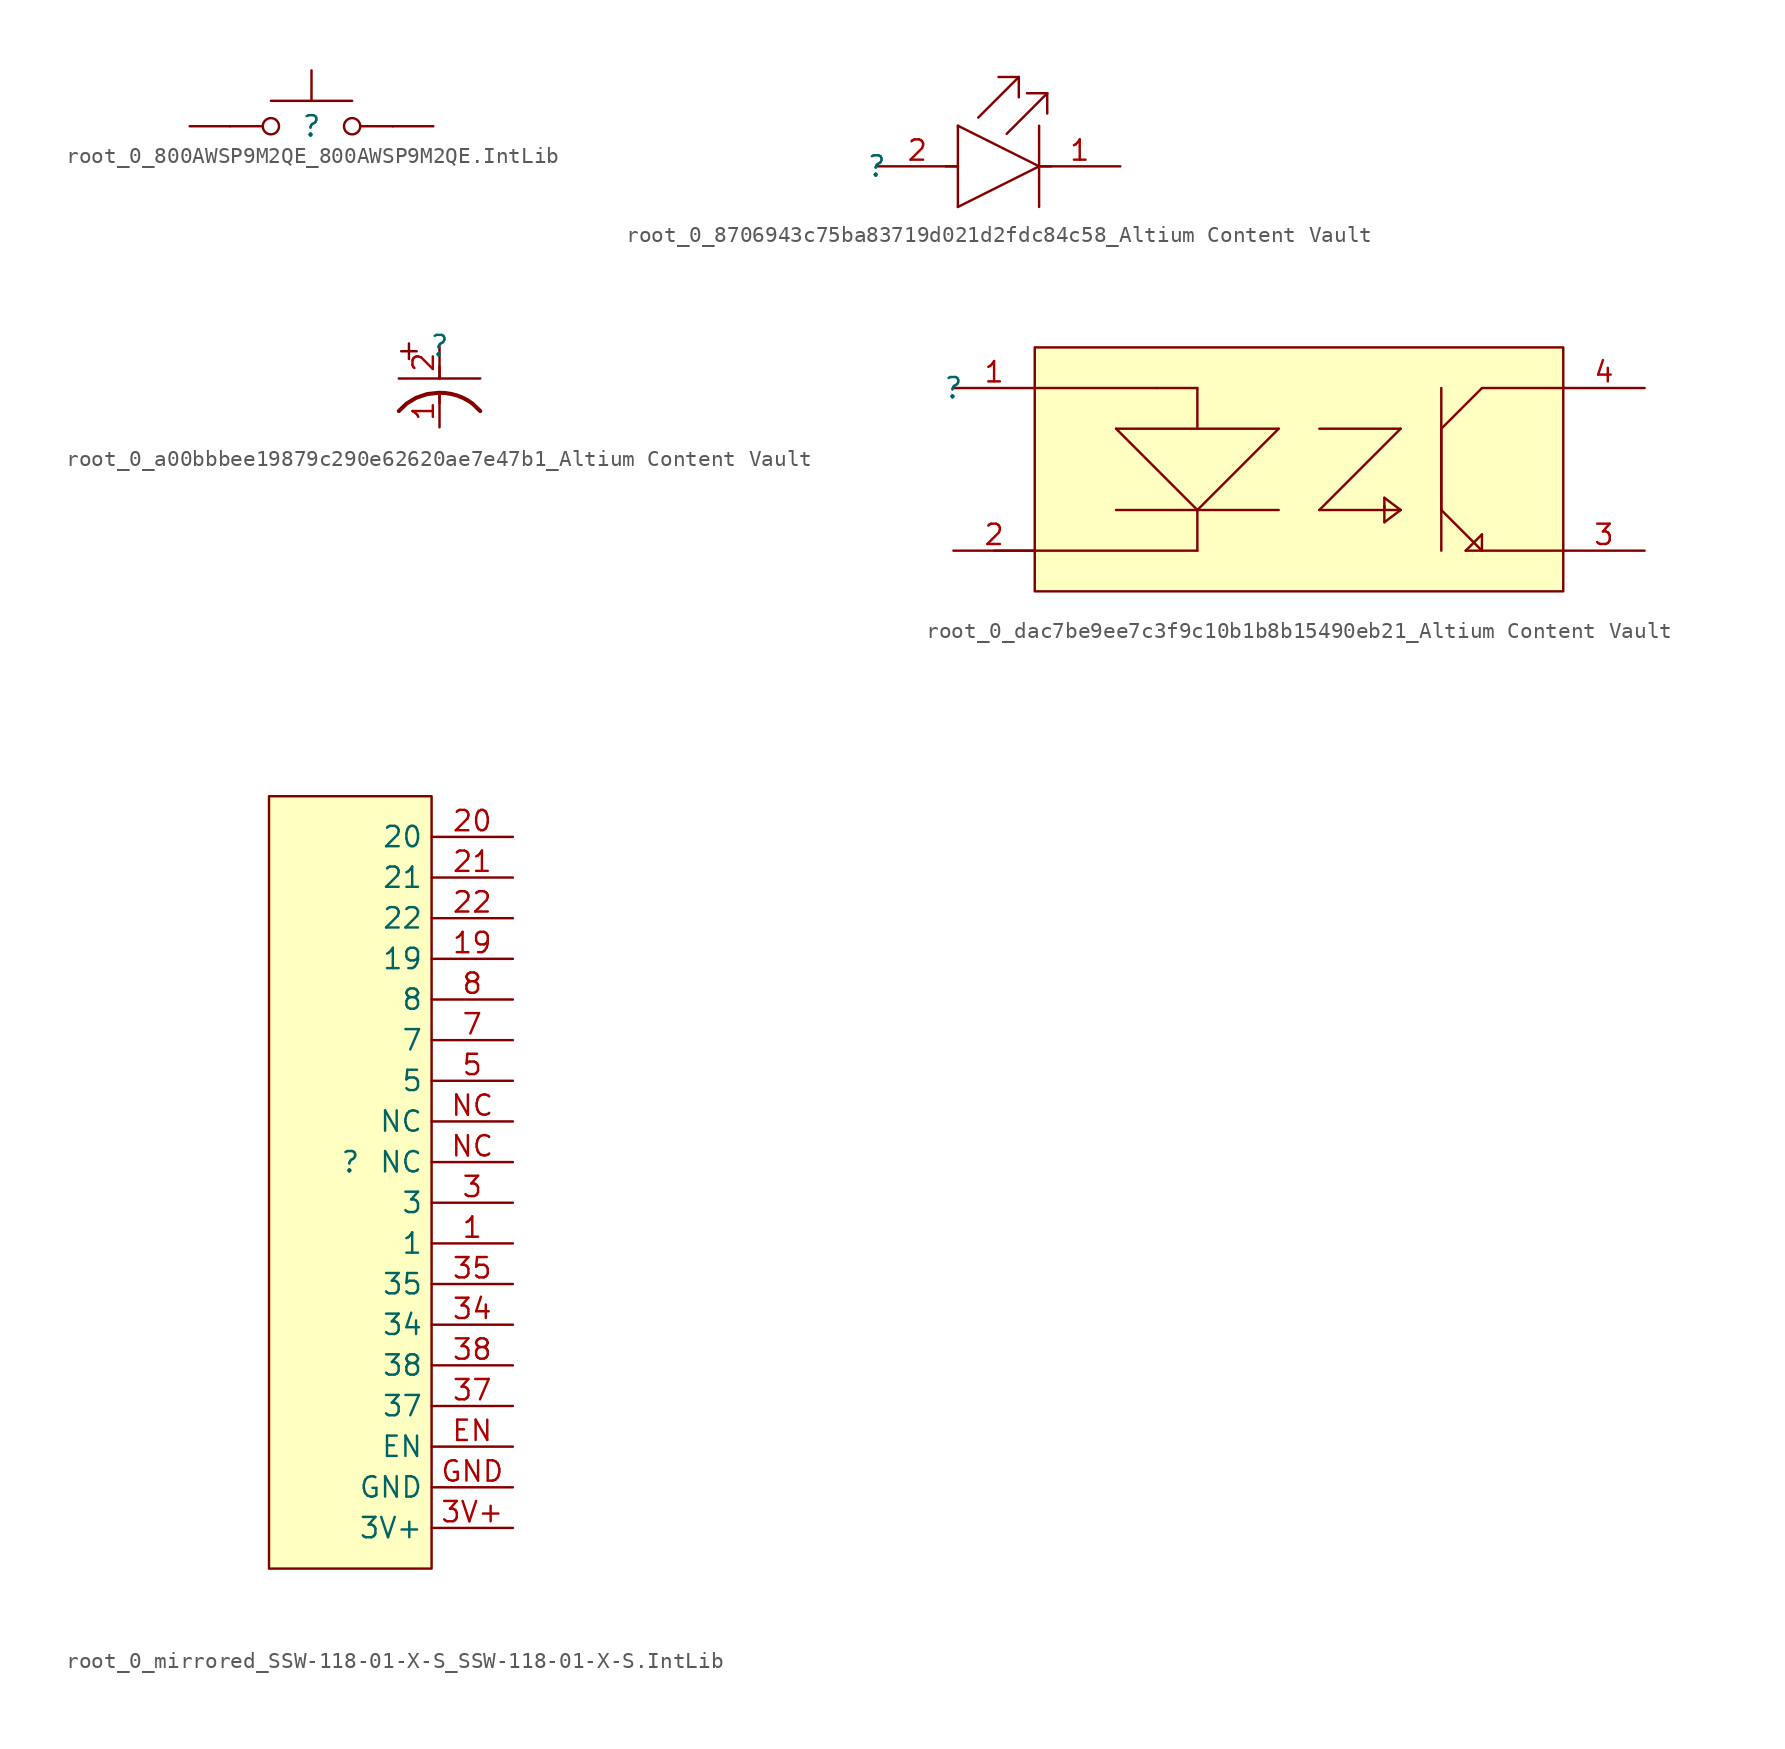
<source format=kicad_sym>
(kicad_symbol_lib
  (version 20241209)
  (generator "kicad_symbol_editor")
  (generator_version "9.0")
  (symbol "root_0_800AWSP9M2QE_800AWSP9M2QE.IntLib"
    (pin_numbers
      (hide yes))
    (pin_names
      (hide yes))
    (property "Reference" ""
      (at 0 0 0)
      (effects (font (size 1.27 1.27))))
    (property "Value" ""
      (at 0 0 0)
      (effects (font (size 1.27 1.27))))
    (symbol "root_0_800AWSP9M2QE_800AWSP9M2QE.IntLib_1_0"
      (polyline (pts (xy -5.08 0) (xy -3.048 0)) (stroke (width 0) (type solid)) (fill (type none)))
      (polyline (pts (xy -2.54 1.588) (xy 2.54 1.588)) (stroke (width 0) (type solid)) (fill (type none)))
      (circle (center -2.54 0) (radius 0.508) (stroke (width 0) (type solid)) (fill (type none)))
      (polyline (pts (xy 0 1.588) (xy 0 3.493)) (stroke (width 0) (type solid)) (fill (type none)))
      (circle (center 2.54 0) (radius 0.508) (stroke (width 0) (type solid)) (fill (type none)))
      (polyline (pts (xy 5.08 0) (xy 3.048 0)) (stroke (width 0) (type solid)) (fill (type none)))
      (pin passive line (at -7.62 0 0) (length 2.54) (name "1" (effects (font (size 1.27 1.27)))) (number "1" (effects (font (size 1.27 1.27)))))
      (pin passive line (at 7.62 0 180) (length 2.54) (name "3" (effects (font (size 1.27 1.27)))) (number "3" (effects (font (size 1.27 1.27)))))))
  (symbol "root_0_8706943c75ba83719d021d2fdc84c58_Altium Content Vault"
    (pin_names
      (hide yes))
    (property "Reference" ""
      (at 0 0 0)
      (effects (font (size 1.27 1.27))))
    (property "Value" ""
      (at 0 0 0)
      (effects (font (size 1.27 1.27))))
    (symbol "root_0_8706943c75ba83719d021d2fdc84c58_Altium Content Vault_1_0"
      (polyline (pts (xy 5.08 2.54) (xy 5.08 -2.54)) (stroke (width 0) (type solid)) (fill (type none)))
      (polyline (pts (xy 5.08 2.54) (xy 10.16 0)) (stroke (width 0) (type solid)) (fill (type none)))
      (polyline (pts (xy 5.08 0) (xy 4.318 0)) (stroke (width 0) (type solid)) (fill (type none)))
      (polyline (pts (xy 5.08 -2.54) (xy 10.16 0)) (stroke (width 0) (type solid)) (fill (type none)))
      (polyline (pts (xy 6.35 3.048) (xy 8.89 5.588)) (stroke (width 0) (type solid)) (fill (type none)))
      (polyline (pts (xy 8.128 2.032) (xy 10.668 4.572)) (stroke (width 0) (type solid)) (fill (type none)))
      (polyline (pts (xy 8.89 5.588) (xy 7.62 5.588)) (stroke (width 0) (type solid)) (fill (type none)))
      (polyline (pts (xy 8.89 5.588) (xy 8.89 4.318)) (stroke (width 0) (type solid)) (fill (type none)))
      (polyline (pts (xy 10.16 2.54) (xy 10.16 -2.54)) (stroke (width 0) (type solid)) (fill (type none)))
      (polyline (pts (xy 10.16 0) (xy 10.922 0)) (stroke (width 0) (type solid)) (fill (type none)))
      (polyline (pts (xy 10.668 4.572) (xy 9.398 4.572)) (stroke (width 0) (type solid)) (fill (type none)))
      (polyline (pts (xy 10.668 4.572) (xy 10.668 3.302)) (stroke (width 0) (type solid)) (fill (type none)))
      (pin passive line (at 0 0 0) (length 5.08) (name "A" (effects (font (size 1.27 1.27)))) (number "2" (effects (font (size 1.27 1.27)))))
      (pin passive line (at 15.24 0 180) (length 5.08) (name "C" (effects (font (size 1.27 1.27)))) (number "1" (effects (font (size 1.27 1.27)))))))
  (symbol "root_0_a00bbbee19879c290e62620ae7e47b1_Altium Content Vault"
    (pin_names
      (hide yes))
    (property "Reference" ""
      (at 0 0 0)
      (effects (font (size 1.27 1.27))))
    (property "Value" ""
      (at 0 0 0)
      (effects (font (size 1.27 1.27))))
    (symbol "root_0_a00bbbee19879c290e62620ae7e47b1_Altium Content Vault_1_0"
      (polyline (pts (xy -2.54 -2.032) (xy 2.54 -2.032)) (stroke (width 0) (type solid)) (fill (type none)))
      (bezier (pts (xy -2.54 -4.064) (xy -1.27 -2.54) (xy 1.27 -2.54) (xy 2.54 -4.064)) (stroke (width 0.254) (type solid)) (fill (type none)))
      (polyline (pts (xy 0 -2.032) (xy 0 -1.27)) (stroke (width 0) (type solid)) (fill (type none)))
      (polyline (pts (xy 0 -3.048) (xy 0 -3.556)) (stroke (width 0) (type solid)) (fill (type none)))
      (text "+" (at -2.794 0.508 0) (effects (font (size 1.27 1.27)) (justify left top)))
      (pin passive line (at 0 0 270) (length 2.032) (name "A" (effects (font (size 1.27 1.27)))) (number "2" (effects (font (size 1.27 1.27)))))
      (pin passive line (at 0 -5.08 90) (length 2.032) (name "C" (effects (font (size 1.27 1.27)))) (number "1" (effects (font (size 1.27 1.27)))))))
  (symbol "root_0_dac7be9ee7c3f9c10b1b8b15490eb21_Altium Content Vault"
    (pin_names
      (hide yes))
    (property "Reference" ""
      (at 0 0 0)
      (effects (font (size 1.27 1.27))))
    (property "Value" ""
      (at 0 0 0)
      (effects (font (size 1.27 1.27))))
    (symbol "root_0_dac7be9ee7c3f9c10b1b8b15490eb21_Altium Content Vault_1_0"
      (polyline (pts (xy 5.08 0) (xy 12.7 0)) (stroke (width 0) (type solid)) (fill (type none)))
      (polyline (pts (xy 10.16 -2.54) (xy 15.24 -7.62)) (stroke (width 0) (type solid)) (fill (type none)))
      (polyline (pts (xy 10.16 -7.62) (xy 20.32 -7.62)) (stroke (width 0) (type solid)) (fill (type none)))
      (polyline (pts (xy 12.7 0) (xy 15.24 0)) (stroke (width 0) (type solid)) (fill (type none)))
      (polyline (pts (xy 15.24 0) (xy 15.24 -2.54)) (stroke (width 0) (type solid)) (fill (type none)))
      (polyline (pts (xy 15.24 -2.54) (xy 10.16 -2.54)) (stroke (width 0) (type solid)) (fill (type none)))
      (polyline (pts (xy 15.24 -7.62) (xy 15.24 -10.16)) (stroke (width 0) (type solid)) (fill (type none)))
      (polyline (pts (xy 15.24 -7.62) (xy 20.32 -2.54)) (stroke (width 0) (type solid)) (fill (type none)))
      (polyline (pts (xy 15.24 -10.16) (xy 2.54 -10.16)) (stroke (width 0) (type solid)) (fill (type none)))
      (polyline (pts (xy 20.32 -2.54) (xy 15.24 -2.54)) (stroke (width 0) (type solid)) (fill (type none)))
      (polyline (pts (xy 22.86 -2.54) (xy 27.94 -2.54)) (stroke (width 0) (type solid)) (fill (type none)))
      (polyline (pts (xy 22.86 -7.62) (xy 27.94 -7.62)) (stroke (width 0) (type solid)) (fill (type none)))
      (polyline (pts (xy 26.924 -6.858) (xy 27.94 -7.62)) (stroke (width 0) (type solid)) (fill (type none)))
      (polyline (pts (xy 26.924 -7.62) (xy 26.924 -6.858)) (stroke (width 0) (type solid)) (fill (type none)))
      (polyline (pts (xy 26.924 -8.382) (xy 26.924 -7.366)) (stroke (width 0) (type solid)) (fill (type none)))
      (polyline (pts (xy 27.94 -2.54) (xy 22.86 -7.62)) (stroke (width 0) (type solid)) (fill (type none)))
      (polyline (pts (xy 27.94 -7.62) (xy 26.924 -8.382)) (stroke (width 0) (type solid)) (fill (type none)))
      (polyline (pts (xy 30.48 0) (xy 30.48 -10.16)) (stroke (width 0) (type solid)) (fill (type none)))
      (polyline (pts (xy 30.48 -2.54) (xy 30.48 -7.62)) (stroke (width 0) (type solid)) (fill (type none)))
      (polyline (pts (xy 30.48 -7.62) (xy 33.02 -10.16)) (stroke (width 0) (type solid)) (fill (type none)))
      (polyline (pts (xy 32.004 -10.16) (xy 33.02 -10.16)) (stroke (width 0) (type solid)) (fill (type none)))
      (polyline (pts (xy 33.02 0) (xy 30.48 -2.54)) (stroke (width 0) (type solid)) (fill (type none)))
      (polyline (pts (xy 33.02 -9.144) (xy 32.004 -10.16)) (stroke (width 0) (type solid)) (fill (type none)))
      (polyline (pts (xy 33.02 -10.16) (xy 33.02 -9.144)) (stroke (width 0) (type solid)) (fill (type none)))
      (polyline (pts (xy 33.02 -10.16) (xy 38.1 -10.16)) (stroke (width 0) (type solid)) (fill (type none)))
      (rectangle (start 38.1 2.54) (end 5.08 -12.7) (stroke (width 0) (type solid) (color 128 0 0 1)) (fill (type background)))
      (polyline (pts (xy 38.1 0) (xy 33.02 0)) (stroke (width 0) (type solid)) (fill (type none)))
      (pin passive line (at 0 0 0) (length 5.08) (name "A" (effects (font (size 1.27 1.27)))) (number "1" (effects (font (size 1.27 1.27)))))
      (pin passive line (at 0 -10.16 0) (length 5.08) (name "C" (effects (font (size 1.27 1.27)))) (number "2" (effects (font (size 1.27 1.27)))))
      (pin passive line (at 43.18 0 180) (length 5.08) (name "C" (effects (font (size 1.27 1.27)))) (number "4" (effects (font (size 1.27 1.27)))))
      (pin passive line (at 43.18 -10.16 180) (length 5.08) (name "E" (effects (font (size 1.27 1.27)))) (number "3" (effects (font (size 1.27 1.27)))))))
  (symbol "root_0_mirrored_SSW-118-01-X-S_SSW-118-01-X-S.IntLib"
    (property "Reference" ""
      (at 0 0 0)
      (effects (font (size 1.27 1.27))))
    (property "Value" ""
      (at 0 0 0)
      (effects (font (size 1.27 1.27))))
    (symbol "root_0_mirrored_SSW-118-01-X-S_SSW-118-01-X-S.IntLib_1_0"
      (rectangle (start 5.08 22.86) (end -5.08 -25.4) (stroke (width 0) (type solid) (color 128 0 0 1)) (fill (type background)))
      (pin passive line (at 10.16 20.32 180) (length 5.08) (name "20" (effects (font (size 1.27 1.27)))) (number "20" (effects (font (size 1.27 1.27)))))
      (pin passive line (at 10.16 17.78 180) (length 5.08) (name "21" (effects (font (size 1.27 1.27)))) (number "21" (effects (font (size 1.27 1.27)))))
      (pin passive line (at 10.16 15.24 180) (length 5.08) (name "22" (effects (font (size 1.27 1.27)))) (number "22" (effects (font (size 1.27 1.27)))))
      (pin passive line (at 10.16 12.7 180) (length 5.08) (name "19" (effects (font (size 1.27 1.27)))) (number "19" (effects (font (size 1.27 1.27)))))
      (pin passive line (at 10.16 10.16 180) (length 5.08) (name "8" (effects (font (size 1.27 1.27)))) (number "8" (effects (font (size 1.27 1.27)))))
      (pin passive line (at 10.16 7.62 180) (length 5.08) (name "7" (effects (font (size 1.27 1.27)))) (number "7" (effects (font (size 1.27 1.27)))))
      (pin passive line (at 10.16 5.08 180) (length 5.08) (name "5" (effects (font (size 1.27 1.27)))) (number "5" (effects (font (size 1.27 1.27)))))
      (pin passive line (at 10.16 2.54 180) (length 5.08) (name "NC" (effects (font (size 1.27 1.27)))) (number "NC" (effects (font (size 1.27 1.27)))))
      (pin passive line (at 10.16 0 180) (length 5.08) (name "NC" (effects (font (size 1.27 1.27)))) (number "NC" (effects (font (size 1.27 1.27)))))
      (pin passive line (at 10.16 -2.54 180) (length 5.08) (name "3" (effects (font (size 1.27 1.27)))) (number "3" (effects (font (size 1.27 1.27)))))
      (pin passive line (at 10.16 -5.08 180) (length 5.08) (name "1" (effects (font (size 1.27 1.27)))) (number "1" (effects (font (size 1.27 1.27)))))
      (pin passive line (at 10.16 -7.62 180) (length 5.08) (name "35" (effects (font (size 1.27 1.27)))) (number "35" (effects (font (size 1.27 1.27)))))
      (pin passive line (at 10.16 -10.16 180) (length 5.08) (name "34" (effects (font (size 1.27 1.27)))) (number "34" (effects (font (size 1.27 1.27)))))
      (pin passive line (at 10.16 -12.7 180) (length 5.08) (name "38" (effects (font (size 1.27 1.27)))) (number "38" (effects (font (size 1.27 1.27)))))
      (pin passive line (at 10.16 -15.24 180) (length 5.08) (name "37" (effects (font (size 1.27 1.27)))) (number "37" (effects (font (size 1.27 1.27)))))
      (pin passive line (at 10.16 -17.78 180) (length 5.08) (name "EN" (effects (font (size 1.27 1.27)))) (number "EN" (effects (font (size 1.27 1.27)))))
      (pin passive line (at 10.16 -20.32 180) (length 5.08) (name "GND" (effects (font (size 1.27 1.27)))) (number "GND" (effects (font (size 1.27 1.27)))))
      (pin passive line (at 10.16 -22.86 180) (length 5.08) (name "3V+" (effects (font (size 1.27 1.27)))) (number "3V+" (effects (font (size 1.27 1.27))))))))
</source>
